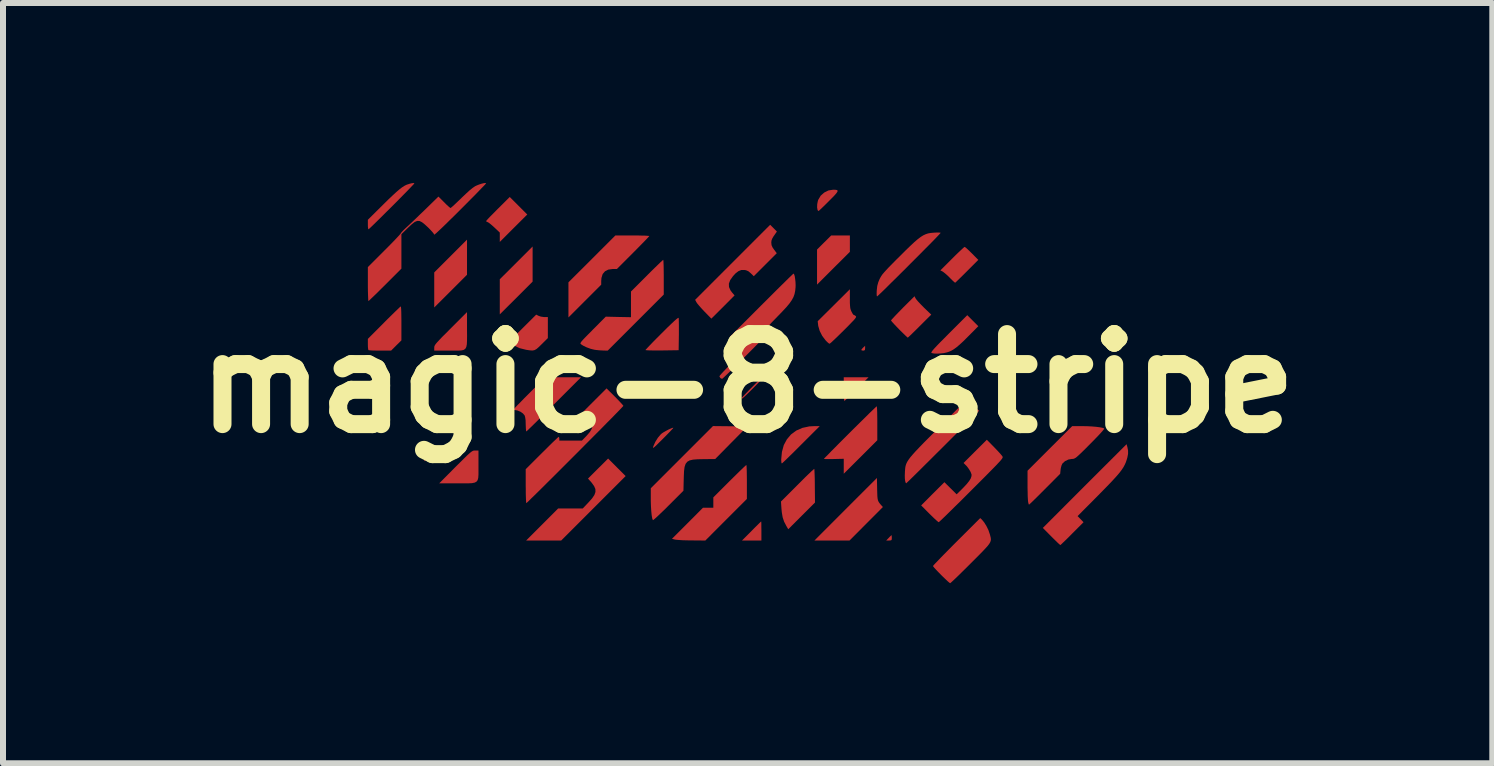
<source format=kicad_pcb>
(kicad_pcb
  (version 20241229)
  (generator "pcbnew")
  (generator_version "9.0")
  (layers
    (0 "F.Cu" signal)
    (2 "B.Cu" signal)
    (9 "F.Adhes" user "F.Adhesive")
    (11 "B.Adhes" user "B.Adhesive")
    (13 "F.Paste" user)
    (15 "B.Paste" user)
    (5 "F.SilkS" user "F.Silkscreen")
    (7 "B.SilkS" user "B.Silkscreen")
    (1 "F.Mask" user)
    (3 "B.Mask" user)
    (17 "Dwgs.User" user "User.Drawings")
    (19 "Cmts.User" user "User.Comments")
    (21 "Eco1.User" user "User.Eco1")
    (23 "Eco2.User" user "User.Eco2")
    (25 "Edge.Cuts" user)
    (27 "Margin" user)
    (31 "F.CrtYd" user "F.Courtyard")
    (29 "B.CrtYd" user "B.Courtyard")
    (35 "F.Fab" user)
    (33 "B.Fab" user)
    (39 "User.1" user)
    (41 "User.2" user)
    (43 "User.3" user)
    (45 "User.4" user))
  (footprint "magic-8-stripe"
    (layer "F.Cu")
    (at 9.407 3.338)
    (property "Reference" "magic-8-stripe" (at 0 0 0) (layer "F.SilkS") (effects (font (size 1.5 1.5) (thickness 0.3))))
    (attr board_only exclude_from_pos_files exclude_from_bom)
    (fp_poly (pts (xy -4.676 -2.103) (xy -4.676 -1.81) (xy -4.949 -1.537) (xy -5.222 -1.265) (xy -5.222 -1.557) (xy -5.222 -1.849) (xy -4.949 -2.122) (xy -4.676 -2.395)) (stroke (width 0) (type solid)) (fill yes) (layer "F.Cu"))
    (fp_poly (pts (xy -3.583 -1.988) (xy -3.583 -1.696) (xy -3.856 -1.423) (xy -4.13 -1.15) (xy -4.13 -1.442) (xy -4.13 -1.735) (xy -3.856 -2.008) (xy -3.583 -2.281)) (stroke (width 0) (type solid)) (fill yes) (layer "F.Cu"))
    (fp_poly (pts (xy -3.995 -0.099) (xy -3.999 -0.087) (xy -4.003 -0.083) (xy -4.021 -0.067) (xy -4.029 -0.064) (xy -4.039 -0.074) (xy -4.041 -0.083) (xy -4.03 -0.098) (xy -4.014 -0.102)) (stroke (width 0) (type solid)) (fill yes) (layer "F.Cu"))
    (fp_poly (pts (xy 1.703 -2.328) (xy 1.703 -2.192) (xy 1.429 -1.919) (xy 1.156 -1.646) (xy 1.156 -1.938) (xy 1.156 -2.23) (xy 1.274 -2.348) (xy 1.392 -2.465) (xy 1.547 -2.465) (xy 1.703 -2.465)) (stroke (width 0) (type solid)) (fill yes) (layer "F.Cu"))
    (fp_poly (pts (xy 1.957 -0.587) (xy 1.954 -0.558) (xy 1.941 -0.548) (xy 1.925 -0.546) (xy 1.901 -0.55) (xy 1.893 -0.557) (xy 1.902 -0.572) (xy 1.922 -0.595) (xy 1.925 -0.597) (xy 1.957 -0.627)) (stroke (width 0) (type solid)) (fill yes) (layer "F.Cu"))
    (fp_poly (pts (xy -5.292 1.207) (xy -5.33 1.245) (xy -5.36 1.275) (xy -5.379 1.292) (xy -5.384 1.296) (xy -5.386 1.284) (xy -5.387 1.254) (xy -5.387 1.211) (xy -5.387 1.207) (xy -5.387 1.118) (xy -5.296 1.118) (xy -5.204 1.118)) (stroke (width 0) (type solid)) (fill yes) (layer "F.Cu"))
    (fp_poly (pts (xy 2.4 2.54) (xy 2.401 2.567) (xy 2.402 2.573) (xy 2.4 2.602) (xy 2.389 2.615) (xy 2.363 2.617) (xy 2.355 2.618) (xy 2.308 2.618) (xy 2.351 2.573) (xy 2.376 2.547) (xy 2.394 2.531) (xy 2.398 2.529)) (stroke (width 0) (type solid)) (fill yes) (layer "F.Cu"))
    (fp_poly (pts (xy 0.227 2.312) (xy 0.228 2.344) (xy 0.228 2.393) (xy 0.229 2.452) (xy 0.229 2.459) (xy 0.229 2.618) (xy 0.067 2.618) (xy -0.095 2.618) (xy 0.064 2.459) (xy 0.115 2.407) (xy 0.16 2.363) (xy 0.195 2.328) (xy 0.218 2.306) (xy 0.225 2.3)) (stroke (width 0) (type solid)) (fill yes) (layer "F.Cu"))
    (fp_poly (pts (xy 1.817 0.095) (xy 1.759 0.153) (xy 1.707 0.204) (xy 1.664 0.245) (xy 1.632 0.275) (xy 1.613 0.291) (xy 1.611 0.292) (xy 1.607 0.28) (xy 1.605 0.247) (xy 1.602 0.197) (xy 1.601 0.135) (xy 1.601 0.095) (xy 1.601 -0.102) (xy 1.807 -0.102) (xy 2.014 -0.102)) (stroke (width 0) (type solid)) (fill yes) (layer "F.Cu"))
    (fp_poly (pts (xy 2.157 1.744) (xy 2.159 1.822) (xy 2.161 1.88) (xy 2.165 1.921) (xy 2.172 1.951) (xy 2.183 1.975) (xy 2.198 1.997) (xy 2.213 2.015) (xy 2.253 2.06) (xy 1.975 2.339) (xy 1.697 2.618) (xy 1.404 2.618) (xy 1.112 2.618) (xy 1.633 2.096) (xy 2.154 1.575)) (stroke (width 0) (type solid)) (fill yes) (layer "F.Cu"))
    (fp_poly (pts (xy -3.818 -2.96) (xy -3.672 -2.814) (xy -3.901 -2.586) (xy -4.13 -2.357) (xy -4.13 -2.435) (xy -4.13 -2.513) (xy -4.218 -2.596) (xy -4.259 -2.633) (xy -4.296 -2.664) (xy -4.323 -2.683) (xy -4.332 -2.687) (xy -4.353 -2.697) (xy -4.358 -2.704) (xy -4.35 -2.715) (xy -4.326 -2.742) (xy -4.289 -2.781) (xy -4.241 -2.829) (xy -4.186 -2.885) (xy -4.161 -2.91) (xy -3.964 -3.106)) (stroke (width 0) (type solid)) (fill yes) (layer "F.Cu"))
    (fp_poly (pts (xy 0.889 1.023) (xy 0.816 1.096) (xy 0.749 1.163) (xy 0.689 1.221) (xy 0.639 1.27) (xy 0.601 1.306) (xy 0.577 1.328) (xy 0.569 1.334) (xy 0.563 1.323) (xy 0.56 1.293) (xy 0.559 1.267) (xy 0.571 1.141) (xy 0.602 1.028) (xy 0.654 0.931) (xy 0.723 0.85) (xy 0.81 0.786) (xy 0.912 0.741) (xy 1.028 0.716) (xy 1.111 0.712) (xy 1.201 0.712)) (stroke (width 0) (type solid)) (fill yes) (layer "F.Cu"))
    (fp_poly (pts (xy -3.484 -1.126) (xy -3.446 -1.113) (xy -3.399 -1.106) (xy -3.387 -1.105) (xy -3.329 -1.105) (xy -3.329 -0.93) (xy -3.329 -0.755) (xy -3.434 -0.651) (xy -3.482 -0.604) (xy -3.518 -0.573) (xy -3.55 -0.555) (xy -3.583 -0.548) (xy -3.623 -0.55) (xy -3.679 -0.558) (xy -3.691 -0.56) (xy -3.799 -0.587) (xy -3.891 -0.63) (xy -3.922 -0.649) (xy -3.98 -0.689) (xy -3.752 -0.918) (xy -3.523 -1.146)) (stroke (width 0) (type solid)) (fill yes) (layer "F.Cu"))
    (fp_poly (pts (xy -2.179 1.398) (xy -2.033 1.544) (xy -2.57 2.081) (xy -3.107 2.618) (xy -3.399 2.618) (xy -3.691 2.618) (xy -3.424 2.351) (xy -3.158 2.084) (xy -2.953 2.084) (xy -2.748 2.084) (xy -2.653 1.984) (xy -2.593 1.917) (xy -2.554 1.86) (xy -2.536 1.809) (xy -2.537 1.761) (xy -2.558 1.712) (xy -2.597 1.657) (xy -2.607 1.645) (xy -2.66 1.586) (xy -2.493 1.419) (xy -2.325 1.252)) (stroke (width 0) (type solid)) (fill yes) (layer "F.Cu"))
    (fp_poly (pts (xy 1.112 1.438) (xy 1.114 1.473) (xy 1.116 1.527) (xy 1.118 1.595) (xy 1.119 1.673) (xy 1.119 1.707) (xy 1.122 1.985) (xy 0.899 2.207) (xy 0.676 2.43) (xy 0.644 2.374) (xy 0.607 2.303) (xy 0.583 2.231) (xy 0.569 2.149) (xy 0.563 2.086) (xy 0.555 1.968) (xy 0.83 1.693) (xy 0.898 1.625) (xy 0.96 1.563) (xy 1.015 1.51) (xy 1.059 1.468) (xy 1.091 1.439) (xy 1.108 1.425) (xy 1.11 1.424)) (stroke (width 0) (type solid)) (fill yes) (layer "F.Cu"))
    (fp_poly (pts (xy -4.676 -0.895) (xy -4.675 -0.791) (xy -4.676 -0.711) (xy -4.679 -0.65) (xy -4.688 -0.606) (xy -4.705 -0.576) (xy -4.732 -0.558) (xy -4.772 -0.549) (xy -4.827 -0.546) (xy -4.899 -0.546) (xy -4.979 -0.546) (xy -5.222 -0.546) (xy -5.222 -0.594) (xy -5.221 -0.609) (xy -5.218 -0.623) (xy -5.209 -0.64) (xy -5.194 -0.661) (xy -5.17 -0.689) (xy -5.135 -0.726) (xy -5.089 -0.775) (xy -5.027 -0.836) (xy -4.95 -0.914) (xy -4.949 -0.915) (xy -4.676 -1.188)) (stroke (width 0) (type solid)) (fill yes) (layer "F.Cu"))
    (fp_poly (pts (xy -4.485 1.364) (xy -4.485 1.452) (xy -4.485 1.521) (xy -4.489 1.574) (xy -4.499 1.612) (xy -4.518 1.637) (xy -4.548 1.653) (xy -4.593 1.662) (xy -4.655 1.665) (xy -4.737 1.665) (xy -4.842 1.665) (xy -5.139 1.665) (xy -4.867 1.391) (xy -4.789 1.314) (xy -4.728 1.253) (xy -4.68 1.206) (xy -4.643 1.172) (xy -4.615 1.148) (xy -4.593 1.132) (xy -4.576 1.123) (xy -4.562 1.119) (xy -4.547 1.118) (xy -4.539 1.118) (xy -4.485 1.118)) (stroke (width 0) (type solid)) (fill yes) (layer "F.Cu"))
    (fp_poly (pts (xy -1.245 0.75) (xy -1.268 0.775) (xy -1.303 0.812) (xy -1.349 0.859) (xy -1.402 0.913) (xy -1.411 0.922) (xy -1.472 0.982) (xy -1.516 1.026) (xy -1.547 1.055) (xy -1.566 1.07) (xy -1.575 1.074) (xy -1.577 1.068) (xy -1.573 1.053) (xy -1.569 1.042) (xy -1.538 0.973) (xy -1.497 0.907) (xy -1.452 0.853) (xy -1.429 0.832) (xy -1.398 0.812) (xy -1.359 0.79) (xy -1.317 0.768) (xy -1.279 0.751) (xy -1.25 0.74) (xy -1.238 0.739)) (stroke (width 0) (type solid)) (fill yes) (layer "F.Cu"))
    (fp_poly (pts (xy 1.462 -3.226) (xy 1.487 -3.222) (xy 1.499 -3.212) (xy 1.496 -3.195) (xy 1.478 -3.168) (xy 1.444 -3.129) (xy 1.392 -3.076) (xy 1.353 -3.037) (xy 1.301 -2.985) (xy 1.254 -2.939) (xy 1.216 -2.903) (xy 1.191 -2.88) (xy 1.18 -2.872) (xy 1.169 -2.882) (xy 1.164 -2.892) (xy 1.157 -2.933) (xy 1.159 -2.986) (xy 1.169 -3.038) (xy 1.176 -3.059) (xy 1.217 -3.128) (xy 1.276 -3.18) (xy 1.346 -3.215) (xy 1.423 -3.227) (xy 1.423 -3.227)) (stroke (width 0) (type solid)) (fill yes) (layer "F.Cu"))
    (fp_poly (pts (xy 3.751 -1.045) (xy 3.843 -0.953) (xy 3.672 -0.781) (xy 3.596 -0.705) (xy 3.533 -0.647) (xy 3.48 -0.602) (xy 3.433 -0.568) (xy 3.39 -0.543) (xy 3.347 -0.525) (xy 3.317 -0.516) (xy 3.268 -0.505) (xy 3.211 -0.499) (xy 3.154 -0.496) (xy 3.105 -0.498) (xy 3.07 -0.505) (xy 3.062 -0.508) (xy 3.06 -0.515) (xy 3.067 -0.528) (xy 3.083 -0.551) (xy 3.111 -0.583) (xy 3.152 -0.627) (xy 3.207 -0.684) (xy 3.278 -0.755) (xy 3.351 -0.829) (xy 3.659 -1.137)) (stroke (width 0) (type solid)) (fill yes) (layer "F.Cu"))
    (fp_poly (pts (xy -1.148 -1.074) (xy -1.147 -1.035) (xy -1.146 -0.978) (xy -1.146 -0.909) (xy -1.146 -0.831) (xy -1.146 -0.813) (xy -1.15 -0.553) (xy -1.426 -0.549) (xy -1.507 -0.549) (xy -1.578 -0.549) (xy -1.637 -0.55) (xy -1.679 -0.552) (xy -1.7 -0.555) (xy -1.703 -0.556) (xy -1.694 -0.567) (xy -1.669 -0.594) (xy -1.631 -0.634) (xy -1.582 -0.685) (xy -1.523 -0.745) (xy -1.457 -0.811) (xy -1.43 -0.838) (xy -1.344 -0.924) (xy -1.274 -0.991) (xy -1.221 -1.041) (xy -1.183 -1.074) (xy -1.159 -1.091) (xy -1.15 -1.092)) (stroke (width 0) (type solid)) (fill yes) (layer "F.Cu"))
    (fp_poly (pts (xy -5.776 -1.271) (xy -5.773 -1.237) (xy -5.771 -1.185) (xy -5.77 -1.118) (xy -5.769 -1.041) (xy -5.769 -1) (xy -5.769 -0.717) (xy -5.855 -0.632) (xy -5.941 -0.546) (xy -6.126 -0.546) (xy -6.192 -0.547) (xy -6.249 -0.548) (xy -6.292 -0.551) (xy -6.316 -0.554) (xy -6.319 -0.555) (xy -6.323 -0.571) (xy -6.327 -0.605) (xy -6.328 -0.65) (xy -6.328 -0.653) (xy -6.328 -0.742) (xy -6.058 -1.013) (xy -5.99 -1.081) (xy -5.928 -1.142) (xy -5.874 -1.195) (xy -5.829 -1.238) (xy -5.798 -1.268) (xy -5.781 -1.282) (xy -5.779 -1.283)) (stroke (width 0) (type solid)) (fill yes) (layer "F.Cu"))
    (fp_poly (pts (xy -1.84 -2.465) (xy -1.768 -2.463) (xy -1.708 -2.462) (xy -1.665 -2.459) (xy -1.642 -2.457) (xy -1.639 -2.455) (xy -1.648 -2.444) (xy -1.672 -2.418) (xy -1.71 -2.378) (xy -1.76 -2.327) (xy -1.819 -2.267) (xy -1.884 -2.201) (xy -1.909 -2.176) (xy -2.179 -1.906) (xy -2.249 -1.906) (xy -2.322 -1.896) (xy -2.377 -1.868) (xy -2.416 -1.822) (xy -2.436 -1.757) (xy -2.44 -1.706) (xy -2.44 -1.645) (xy -2.713 -1.372) (xy -2.986 -1.099) (xy -2.986 -1.392) (xy -2.986 -1.684) (xy -2.595 -2.074) (xy -2.204 -2.465) (xy -1.922 -2.465)) (stroke (width 0) (type solid)) (fill yes) (layer "F.Cu"))
    (fp_poly (pts (xy 3.629 -2.266) (xy 3.656 -2.243) (xy 3.693 -2.208) (xy 3.736 -2.166) (xy 3.843 -2.058) (xy 3.653 -1.868) (xy 3.596 -1.811) (xy 3.546 -1.762) (xy 3.504 -1.721) (xy 3.474 -1.692) (xy 3.458 -1.678) (xy 3.456 -1.677) (xy 3.445 -1.686) (xy 3.42 -1.708) (xy 3.386 -1.741) (xy 3.367 -1.761) (xy 3.326 -1.801) (xy 3.287 -1.835) (xy 3.256 -1.859) (xy 3.248 -1.864) (xy 3.211 -1.883) (xy 3.407 -2.079) (xy 3.464 -2.136) (xy 3.517 -2.187) (xy 3.561 -2.228) (xy 3.593 -2.258) (xy 3.612 -2.273) (xy 3.615 -2.274)) (stroke (width 0) (type solid)) (fill yes) (layer "F.Cu"))
    (fp_poly (pts (xy 0.394 -0.241) (xy 0.378 -0.222) (xy 0.348 -0.188) (xy 0.307 -0.144) (xy 0.258 -0.092) (xy 0.204 -0.036) (xy 0.147 0.023) (xy 0.09 0.081) (xy 0.036 0.135) (xy -0.012 0.182) (xy -0.051 0.219) (xy -0.079 0.244) (xy -0.092 0.254) (xy -0.092 0.254) (xy -0.102 0.245) (xy -0.102 0.244) (xy -0.093 0.233) (xy -0.068 0.207) (xy -0.03 0.167) (xy 0.019 0.116) (xy 0.078 0.057) (xy 0.143 -0.008) (xy 0.161 -0.026) (xy 0.225 -0.089) (xy 0.283 -0.145) (xy 0.33 -0.189) (xy 0.366 -0.222) (xy 0.388 -0.241) (xy 0.395 -0.244)) (stroke (width 0) (type solid)) (fill yes) (layer "F.Cu"))
    (fp_poly (pts (xy -0.019 1.372) (xy -0.017 1.406) (xy -0.015 1.458) (xy -0.014 1.524) (xy -0.013 1.602) (xy -0.013 1.642) (xy -0.013 1.925) (xy -0.359 2.271) (xy -0.705 2.618) (xy -0.934 2.616) (xy -1.011 2.615) (xy -1.083 2.613) (xy -1.145 2.609) (xy -1.19 2.605) (xy -1.212 2.602) (xy -1.261 2.589) (xy -1.002 2.33) (xy -0.744 2.071) (xy -0.658 2.071) (xy -0.572 2.071) (xy -0.572 1.985) (xy -0.572 1.899) (xy -0.302 1.629) (xy -0.234 1.562) (xy -0.171 1.5) (xy -0.117 1.447) (xy -0.073 1.405) (xy -0.041 1.375) (xy -0.024 1.361) (xy -0.022 1.36)) (stroke (width 0) (type solid)) (fill yes) (layer "F.Cu"))
    (fp_poly (pts (xy 2.799 -1.415) (xy 2.815 -1.393) (xy 2.846 -1.357) (xy 2.887 -1.314) (xy 2.933 -1.267) (xy 2.938 -1.262) (xy 3.059 -1.146) (xy 2.866 -0.954) (xy 2.81 -0.898) (xy 2.759 -0.848) (xy 2.717 -0.807) (xy 2.686 -0.778) (xy 2.67 -0.764) (xy 2.668 -0.762) (xy 2.657 -0.771) (xy 2.632 -0.794) (xy 2.595 -0.83) (xy 2.55 -0.874) (xy 2.525 -0.899) (xy 2.478 -0.948) (xy 2.438 -0.99) (xy 2.408 -1.023) (xy 2.391 -1.044) (xy 2.389 -1.049) (xy 2.397 -1.061) (xy 2.422 -1.088) (xy 2.459 -1.128) (xy 2.506 -1.177) (xy 2.561 -1.233) (xy 2.584 -1.257) (xy 2.78 -1.452)) (stroke (width 0) (type solid)) (fill yes) (layer "F.Cu"))
    (fp_poly (pts (xy -0.292 0.714) (xy -0.006 0.718) (xy -0.274 0.989) (xy -0.541 1.26) (xy -0.738 1.262) (xy -0.835 1.264) (xy -0.911 1.27) (xy -0.967 1.283) (xy -1.007 1.306) (xy -1.034 1.341) (xy -1.051 1.392) (xy -1.06 1.461) (xy -1.064 1.552) (xy -1.065 1.59) (xy -1.07 1.788) (xy -1.321 2.039) (xy -1.386 2.104) (xy -1.446 2.161) (xy -1.497 2.21) (xy -1.538 2.247) (xy -1.566 2.271) (xy -1.579 2.279) (xy -1.579 2.279) (xy -1.59 2.249) (xy -1.599 2.198) (xy -1.606 2.13) (xy -1.611 2.05) (xy -1.614 1.961) (xy -1.614 1.932) (xy -1.614 1.747) (xy -1.096 1.229) (xy -0.578 0.711)) (stroke (width 0) (type solid)) (fill yes) (layer "F.Cu"))
    (fp_poly (pts (xy -5.553 -3.333) (xy -5.561 -3.322) (xy -5.586 -3.296) (xy -5.624 -3.256) (xy -5.673 -3.205) (xy -5.732 -3.145) (xy -5.797 -3.079) (xy -5.866 -3.009) (xy -5.938 -2.937) (xy -6.01 -2.866) (xy -6.079 -2.797) (xy -6.144 -2.733) (xy -6.202 -2.676) (xy -6.25 -2.629) (xy -6.288 -2.593) (xy -6.311 -2.572) (xy -6.318 -2.567) (xy -6.323 -2.578) (xy -6.327 -2.608) (xy -6.328 -2.647) (xy -6.328 -2.726) (xy -6.077 -2.975) (xy -5.988 -3.063) (xy -5.914 -3.133) (xy -5.852 -3.19) (xy -5.802 -3.233) (xy -5.759 -3.266) (xy -5.722 -3.29) (xy -5.689 -3.307) (xy -5.673 -3.313) (xy -5.63 -3.327) (xy -5.591 -3.336) (xy -5.563 -3.338)) (stroke (width 0) (type solid)) (fill yes) (layer "F.Cu"))
    (fp_poly (pts (xy -3.227 0.349) (xy -3.316 0.438) (xy -3.399 0.52) (xy -3.475 0.595) (xy -3.542 0.661) (xy -3.598 0.716) (xy -3.643 0.759) (xy -3.673 0.788) (xy -3.687 0.8) (xy -3.688 0.801) (xy -3.692 0.789) (xy -3.695 0.757) (xy -3.697 0.712) (xy -3.698 0.686) (xy -3.7 0.612) (xy -3.708 0.56) (xy -3.717 0.532) (xy -3.745 0.5) (xy -3.787 0.471) (xy -3.836 0.451) (xy -3.872 0.445) (xy -3.895 0.441) (xy -3.901 0.435) (xy -3.892 0.424) (xy -3.868 0.397) (xy -3.83 0.357) (xy -3.78 0.307) (xy -3.722 0.247) (xy -3.656 0.181) (xy -3.637 0.162) (xy -3.373 -0.102) (xy -3.075 -0.102) (xy -2.776 -0.102)) (stroke (width 0) (type solid)) (fill yes) (layer "F.Cu"))
    (fp_poly (pts (xy 6.327 1.062) (xy 6.338 1.119) (xy 6.338 1.174) (xy 6.326 1.236) (xy 6.315 1.273) (xy 6.301 1.315) (xy 6.283 1.355) (xy 6.261 1.396) (xy 6.232 1.44) (xy 6.195 1.489) (xy 6.147 1.545) (xy 6.088 1.61) (xy 6.015 1.687) (xy 5.927 1.777) (xy 5.841 1.865) (xy 5.497 2.211) (xy 5.547 2.262) (xy 5.596 2.313) (xy 5.406 2.503) (xy 5.35 2.56) (xy 5.299 2.61) (xy 5.257 2.65) (xy 5.227 2.679) (xy 5.211 2.693) (xy 5.21 2.694) (xy 5.199 2.685) (xy 5.173 2.662) (xy 5.136 2.626) (xy 5.091 2.582) (xy 5.06 2.551) (xy 4.918 2.408) (xy 5.615 1.71) (xy 6.313 1.013)) (stroke (width 0) (type solid)) (fill yes) (layer "F.Cu"))
    (fp_poly (pts (xy 2.153 0.393) (xy 2.156 0.427) (xy 2.158 0.479) (xy 2.159 0.546) (xy 2.16 0.624) (xy 2.16 0.664) (xy 2.16 0.947) (xy 1.881 1.226) (xy 1.601 1.505) (xy 1.601 1.381) (xy 1.601 1.256) (xy 1.436 1.26) (xy 1.374 1.261) (xy 1.323 1.261) (xy 1.287 1.26) (xy 1.271 1.258) (xy 1.271 1.258) (xy 1.279 1.247) (xy 1.304 1.221) (xy 1.343 1.182) (xy 1.393 1.13) (xy 1.453 1.07) (xy 1.52 1.002) (xy 1.593 0.929) (xy 1.669 0.853) (xy 1.746 0.776) (xy 1.823 0.7) (xy 1.896 0.628) (xy 1.964 0.561) (xy 2.024 0.501) (xy 2.075 0.452) (xy 2.115 0.414) (xy 2.141 0.389) (xy 2.151 0.381)) (stroke (width 0) (type solid)) (fill yes) (layer "F.Cu"))
    (fp_poly (pts (xy 3.758 0.359) (xy 3.856 0.457) (xy 3.253 1.061) (xy 3.15 1.163) (xy 3.053 1.26) (xy 2.962 1.35) (xy 2.88 1.432) (xy 2.807 1.504) (xy 2.746 1.564) (xy 2.697 1.612) (xy 2.662 1.645) (xy 2.644 1.662) (xy 2.64 1.665) (xy 2.632 1.653) (xy 2.624 1.626) (xy 2.623 1.619) (xy 2.619 1.584) (xy 2.618 1.534) (xy 2.62 1.479) (xy 2.62 1.474) (xy 2.623 1.437) (xy 2.626 1.403) (xy 2.632 1.372) (xy 2.642 1.341) (xy 2.657 1.309) (xy 2.679 1.274) (xy 2.708 1.234) (xy 2.747 1.188) (xy 2.796 1.133) (xy 2.858 1.068) (xy 2.932 0.991) (xy 3.022 0.901) (xy 3.127 0.795) (xy 3.178 0.743) (xy 3.659 0.26)) (stroke (width 0) (type solid)) (fill yes) (layer "F.Cu"))
    (fp_poly (pts (xy 1.703 -1.411) (xy 1.703 -1.341) (xy 1.706 -1.29) (xy 1.71 -1.253) (xy 1.718 -1.224) (xy 1.729 -1.198) (xy 1.746 -1.166) (xy 1.76 -1.146) (xy 1.764 -1.143) (xy 1.78 -1.136) (xy 1.798 -1.124) (xy 1.804 -1.117) (xy 1.807 -1.109) (xy 1.802 -1.097) (xy 1.789 -1.078) (xy 1.766 -1.051) (xy 1.73 -1.014) (xy 1.681 -0.963) (xy 1.616 -0.898) (xy 1.601 -0.883) (xy 1.539 -0.822) (xy 1.483 -0.767) (xy 1.434 -0.721) (xy 1.397 -0.686) (xy 1.373 -0.666) (xy 1.365 -0.661) (xy 1.349 -0.669) (xy 1.323 -0.692) (xy 1.297 -0.719) (xy 1.242 -0.792) (xy 1.2 -0.875) (xy 1.176 -0.958) (xy 1.174 -0.974) (xy 1.167 -1.036) (xy 1.435 -1.302) (xy 1.703 -1.569)) (stroke (width 0) (type solid)) (fill yes) (layer "F.Cu"))
    (fp_poly (pts (xy -1.404 -2.046) (xy -1.402 -2.012) (xy -1.4 -1.96) (xy -1.399 -1.893) (xy -1.398 -1.815) (xy -1.398 -1.769) (xy -1.398 -1.48) (xy -1.865 -1.013) (xy -2.332 -0.546) (xy -2.408 -0.548) (xy -2.466 -0.551) (xy -2.526 -0.557) (xy -2.553 -0.561) (xy -2.615 -0.576) (xy -2.681 -0.6) (xy -2.741 -0.629) (xy -2.776 -0.652) (xy -2.784 -0.659) (xy -2.786 -0.667) (xy -2.782 -0.679) (xy -2.77 -0.697) (xy -2.748 -0.723) (xy -2.713 -0.76) (xy -2.665 -0.809) (xy -2.601 -0.873) (xy -2.583 -0.892) (xy -2.364 -1.112) (xy -2.154 -1.107) (xy -1.944 -1.103) (xy -1.944 -1.317) (xy -1.944 -1.531) (xy -1.68 -1.795) (xy -1.613 -1.862) (xy -1.552 -1.922) (xy -1.498 -1.974) (xy -1.455 -2.016) (xy -1.424 -2.044) (xy -1.409 -2.058) (xy -1.407 -2.058)) (stroke (width 0) (type solid)) (fill yes) (layer "F.Cu"))
    (fp_poly (pts (xy 0.431 -2.587) (xy 0.487 -2.53) (xy 0.463 -2.496) (xy 0.429 -2.447) (xy 0.409 -2.412) (xy 0.398 -2.384) (xy 0.394 -2.355) (xy 0.394 -2.342) (xy 0.398 -2.303) (xy 0.415 -2.265) (xy 0.44 -2.229) (xy 0.485 -2.169) (xy 0.294 -1.978) (xy 0.102 -1.786) (xy 0.052 -1.835) (xy 0.013 -1.868) (xy -0.026 -1.885) (xy -0.055 -1.89) (xy -0.107 -1.889) (xy -0.154 -1.87) (xy -0.202 -1.833) (xy -0.245 -1.786) (xy -0.291 -1.721) (xy -0.313 -1.662) (xy -0.311 -1.606) (xy -0.286 -1.55) (xy -0.261 -1.516) (xy -0.218 -1.466) (xy -0.411 -1.272) (xy -0.605 -1.079) (xy -0.72 -1.197) (xy -0.765 -1.245) (xy -0.806 -1.291) (xy -0.837 -1.328) (xy -0.854 -1.353) (xy -0.855 -1.354) (xy -0.875 -1.393) (xy -0.25 -2.018) (xy 0.375 -2.643)) (stroke (width 0) (type solid)) (fill yes) (layer "F.Cu"))
    (fp_poly (pts (xy 3.904 2.271) (xy 3.941 2.316) (xy 3.978 2.376) (xy 4.011 2.443) (xy 4.033 2.508) (xy 4.034 2.509) (xy 4.043 2.543) (xy 4.05 2.572) (xy 4.053 2.597) (xy 4.05 2.621) (xy 4.041 2.646) (xy 4.024 2.675) (xy 3.997 2.71) (xy 3.959 2.752) (xy 3.909 2.805) (xy 3.844 2.871) (xy 3.764 2.951) (xy 3.72 2.995) (xy 3.644 3.071) (xy 3.574 3.14) (xy 3.511 3.202) (xy 3.457 3.254) (xy 3.415 3.293) (xy 3.387 3.319) (xy 3.374 3.329) (xy 3.374 3.329) (xy 3.36 3.32) (xy 3.333 3.297) (xy 3.295 3.261) (xy 3.249 3.217) (xy 3.224 3.192) (xy 3.177 3.144) (xy 3.136 3.101) (xy 3.106 3.068) (xy 3.09 3.047) (xy 3.088 3.043) (xy 3.096 3.032) (xy 3.121 3.004) (xy 3.161 2.963) (xy 3.212 2.909) (xy 3.275 2.845) (xy 3.347 2.772) (xy 3.425 2.693) (xy 3.481 2.637) (xy 3.875 2.244)) (stroke (width 0) (type solid)) (fill yes) (layer "F.Cu"))
    (fp_poly (pts (xy 5.651 0.713) (xy 5.731 0.717) (xy 5.804 0.723) (xy 5.866 0.731) (xy 5.912 0.74) (xy 5.938 0.749) (xy 5.94 0.751) (xy 5.935 0.764) (xy 5.912 0.793) (xy 5.872 0.838) (xy 5.816 0.897) (xy 5.744 0.971) (xy 5.705 1.01) (xy 5.632 1.084) (xy 5.574 1.141) (xy 5.529 1.184) (xy 5.495 1.215) (xy 5.47 1.236) (xy 5.45 1.248) (xy 5.434 1.255) (xy 5.419 1.258) (xy 5.407 1.258) (xy 5.345 1.268) (xy 5.288 1.295) (xy 5.245 1.334) (xy 5.23 1.365) (xy 5.218 1.409) (xy 5.214 1.436) (xy 5.207 1.506) (xy 4.951 1.763) (xy 4.885 1.829) (xy 4.825 1.889) (xy 4.773 1.94) (xy 4.731 1.981) (xy 4.702 2.008) (xy 4.688 2.02) (xy 4.687 2.02) (xy 4.681 2.009) (xy 4.674 1.98) (xy 4.671 1.961) (xy 4.669 1.929) (xy 4.666 1.877) (xy 4.665 1.811) (xy 4.663 1.736) (xy 4.663 1.679) (xy 4.663 1.455) (xy 5.035 1.083) (xy 5.407 0.712) (xy 5.568 0.712)) (stroke (width 0) (type solid)) (fill yes) (layer "F.Cu"))
    (fp_poly (pts (xy 3.196 -2.513) (xy 3.214 -2.51) (xy 3.215 -2.508) (xy 3.206 -2.497) (xy 3.181 -2.47) (xy 3.142 -2.429) (xy 3.091 -2.376) (xy 3.029 -2.313) (xy 2.958 -2.242) (xy 2.882 -2.165) (xy 2.8 -2.083) (xy 2.716 -1.999) (xy 2.632 -1.914) (xy 2.548 -1.831) (xy 2.468 -1.751) (xy 2.392 -1.677) (xy 2.324 -1.609) (xy 2.265 -1.551) (xy 2.216 -1.504) (xy 2.181 -1.471) (xy 2.16 -1.452) (xy 2.155 -1.449) (xy 2.151 -1.46) (xy 2.149 -1.491) (xy 2.15 -1.536) (xy 2.151 -1.55) (xy 2.159 -1.623) (xy 2.176 -1.685) (xy 2.198 -1.738) (xy 2.211 -1.763) (xy 2.226 -1.788) (xy 2.245 -1.816) (xy 2.271 -1.847) (xy 2.306 -1.886) (xy 2.351 -1.934) (xy 2.409 -1.993) (xy 2.481 -2.066) (xy 2.539 -2.123) (xy 2.633 -2.217) (xy 2.712 -2.293) (xy 2.778 -2.355) (xy 2.834 -2.403) (xy 2.883 -2.44) (xy 2.926 -2.467) (xy 2.967 -2.486) (xy 3.007 -2.499) (xy 3.051 -2.507) (xy 3.099 -2.511) (xy 3.112 -2.512) (xy 3.16 -2.514)) (stroke (width 0) (type solid)) (fill yes) (layer "F.Cu"))
    (fp_poly (pts (xy 4.105 1.061) (xy 4.151 1.109) (xy 4.192 1.153) (xy 4.224 1.189) (xy 4.242 1.212) (xy 4.244 1.214) (xy 4.247 1.221) (xy 4.249 1.229) (xy 4.247 1.238) (xy 4.24 1.251) (xy 4.228 1.268) (xy 4.208 1.292) (xy 4.179 1.323) (xy 4.141 1.364) (xy 4.091 1.415) (xy 4.029 1.478) (xy 3.953 1.555) (xy 3.862 1.646) (xy 3.755 1.753) (xy 3.729 1.779) (xy 3.633 1.875) (xy 3.542 1.966) (xy 3.457 2.049) (xy 3.381 2.124) (xy 3.315 2.189) (xy 3.261 2.241) (xy 3.219 2.281) (xy 3.193 2.305) (xy 3.183 2.313) (xy 3.17 2.304) (xy 3.142 2.28) (xy 3.104 2.245) (xy 3.058 2.2) (xy 3.03 2.173) (xy 2.891 2.033) (xy 3.084 1.839) (xy 3.278 1.646) (xy 3.38 1.747) (xy 3.482 1.848) (xy 3.59 1.741) (xy 3.649 1.678) (xy 3.692 1.624) (xy 3.717 1.583) (xy 3.718 1.58) (xy 3.729 1.546) (xy 3.731 1.521) (xy 3.721 1.491) (xy 3.713 1.472) (xy 3.687 1.428) (xy 3.654 1.383) (xy 3.643 1.371) (xy 3.597 1.326) (xy 3.791 1.132) (xy 3.985 0.939)) (stroke (width 0) (type solid)) (fill yes) (layer "F.Cu"))
    (fp_poly (pts (xy -2.211 0.222) (xy -2.163 0.271) (xy -2.122 0.314) (xy -2.091 0.348) (xy -2.074 0.369) (xy -2.071 0.375) (xy -2.08 0.385) (xy -2.105 0.412) (xy -2.145 0.454) (xy -2.199 0.509) (xy -2.264 0.576) (xy -2.34 0.652) (xy -2.424 0.738) (xy -2.516 0.83) (xy -2.613 0.928) (xy -2.714 1.029) (xy -2.817 1.133) (xy -2.922 1.238) (xy -3.026 1.342) (xy -3.127 1.443) (xy -3.225 1.541) (xy -3.318 1.633) (xy -3.404 1.719) (xy -3.481 1.795) (xy -3.549 1.862) (xy -3.605 1.916) (xy -3.647 1.958) (xy -3.676 1.985) (xy -3.688 1.995) (xy -3.688 1.995) (xy -3.691 1.983) (xy -3.693 1.949) (xy -3.695 1.897) (xy -3.697 1.83) (xy -3.697 1.752) (xy -3.698 1.712) (xy -3.698 1.429) (xy -3.427 1.159) (xy -3.359 1.092) (xy -3.297 1.03) (xy -3.243 0.977) (xy -3.198 0.935) (xy -3.167 0.905) (xy -3.15 0.891) (xy -3.148 0.889) (xy -3.141 0.9) (xy -3.138 0.921) (xy -3.138 0.953) (xy -2.95 0.953) (xy -2.761 0.953) (xy -2.684 0.873) (xy -2.628 0.808) (xy -2.595 0.751) (xy -2.583 0.699) (xy -2.594 0.647) (xy -2.627 0.591) (xy -2.673 0.536) (xy -2.737 0.469) (xy -2.544 0.276) (xy -2.351 0.083)) (stroke (width 0) (type solid)) (fill yes) (layer "F.Cu"))
    (fp_poly (pts (xy 0.774 -1.818) (xy 0.784 -1.787) (xy 0.791 -1.742) (xy 0.797 -1.689) (xy 0.799 -1.635) (xy 0.798 -1.601) (xy 0.792 -1.542) (xy 0.781 -1.489) (xy 0.763 -1.438) (xy 0.735 -1.387) (xy 0.696 -1.331) (xy 0.644 -1.269) (xy 0.575 -1.195) (xy 0.512 -1.13) (xy 0.449 -1.065) (xy 0.401 -1.016) (xy 0.368 -0.98) (xy 0.346 -0.954) (xy 0.335 -0.937) (xy 0.332 -0.925) (xy 0.335 -0.916) (xy 0.343 -0.909) (xy 0.362 -0.887) (xy 0.368 -0.872) (xy 0.36 -0.86) (xy 0.335 -0.832) (xy 0.297 -0.792) (xy 0.247 -0.74) (xy 0.188 -0.68) (xy 0.122 -0.613) (xy 0.051 -0.541) (xy -0.022 -0.468) (xy -0.095 -0.395) (xy -0.166 -0.324) (xy -0.233 -0.258) (xy -0.294 -0.199) (xy -0.346 -0.149) (xy -0.387 -0.11) (xy -0.414 -0.085) (xy -0.426 -0.076) (xy -0.426 -0.076) (xy -0.446 -0.084) (xy -0.455 -0.091) (xy -0.468 -0.112) (xy -0.47 -0.119) (xy -0.462 -0.132) (xy -0.438 -0.16) (xy -0.402 -0.199) (xy -0.357 -0.246) (xy -0.313 -0.292) (xy -0.246 -0.361) (xy -0.196 -0.416) (xy -0.162 -0.461) (xy -0.142 -0.498) (xy -0.134 -0.531) (xy -0.136 -0.562) (xy -0.147 -0.596) (xy -0.166 -0.628) (xy -0.197 -0.669) (xy -0.232 -0.709) (xy -0.298 -0.775) (xy 0.229 -1.303) (xy 0.325 -1.398) (xy 0.415 -1.488) (xy 0.498 -1.571) (xy 0.573 -1.645) (xy 0.638 -1.709) (xy 0.691 -1.761) (xy 0.731 -1.799) (xy 0.756 -1.823) (xy 0.764 -1.83)) (stroke (width 0) (type solid)) (fill yes) (layer "F.Cu"))
    (fp_poly (pts (xy -4.358 -3.333) (xy -4.367 -3.322) (xy -4.392 -3.295) (xy -4.432 -3.254) (xy -4.484 -3.2) (xy -4.547 -3.135) (xy -4.62 -3.062) (xy -4.7 -2.981) (xy -4.786 -2.895) (xy -4.79 -2.891) (xy -4.876 -2.805) (xy -4.957 -2.726) (xy -5.029 -2.655) (xy -5.093 -2.593) (xy -5.146 -2.543) (xy -5.186 -2.506) (xy -5.212 -2.484) (xy -5.222 -2.478) (xy -5.222 -2.478) (xy -5.231 -2.495) (xy -5.254 -2.524) (xy -5.288 -2.561) (xy -5.314 -2.588) (xy -5.376 -2.646) (xy -5.425 -2.685) (xy -5.467 -2.706) (xy -5.506 -2.707) (xy -5.547 -2.69) (xy -5.594 -2.654) (xy -5.652 -2.6) (xy -5.656 -2.596) (xy -5.769 -2.486) (xy -5.769 -2.199) (xy -5.769 -1.912) (xy -6.039 -1.642) (xy -6.107 -1.575) (xy -6.169 -1.513) (xy -6.224 -1.46) (xy -6.268 -1.418) (xy -6.299 -1.388) (xy -6.316 -1.373) (xy -6.318 -1.372) (xy -6.321 -1.384) (xy -6.323 -1.418) (xy -6.325 -1.47) (xy -6.327 -1.537) (xy -6.328 -1.615) (xy -6.328 -1.655) (xy -6.328 -1.938) (xy -6.055 -2.211) (xy -5.986 -2.28) (xy -5.924 -2.343) (xy -5.871 -2.398) (xy -5.828 -2.444) (xy -5.798 -2.477) (xy -5.783 -2.495) (xy -5.781 -2.498) (xy -5.772 -2.512) (xy -5.748 -2.539) (xy -5.713 -2.574) (xy -5.685 -2.6) (xy -5.647 -2.635) (xy -5.595 -2.684) (xy -5.534 -2.742) (xy -5.467 -2.807) (xy -5.398 -2.873) (xy -5.37 -2.9) (xy -5.152 -3.113) (xy -5.057 -3.018) (xy -5.017 -2.978) (xy -4.983 -2.947) (xy -4.959 -2.927) (xy -4.95 -2.922) (xy -4.938 -2.931) (xy -4.91 -2.955) (xy -4.871 -2.991) (xy -4.823 -3.037) (xy -4.768 -3.089) (xy -4.766 -3.092) (xy -4.691 -3.163) (xy -4.631 -3.218) (xy -4.582 -3.257) (xy -4.543 -3.284) (xy -4.523 -3.294) (xy -4.477 -3.313) (xy -4.431 -3.328) (xy -4.392 -3.337) (xy -4.366 -3.338)) (stroke (width 0) (type solid)) (fill yes) (layer "F.Cu")))
  (gr_rect
    (start -3 -3)
    (end 21.814 9.667)
    (stroke (width 0.1) (type default))
    (fill no)
    (layer "Edge.Cuts")))
</source>
